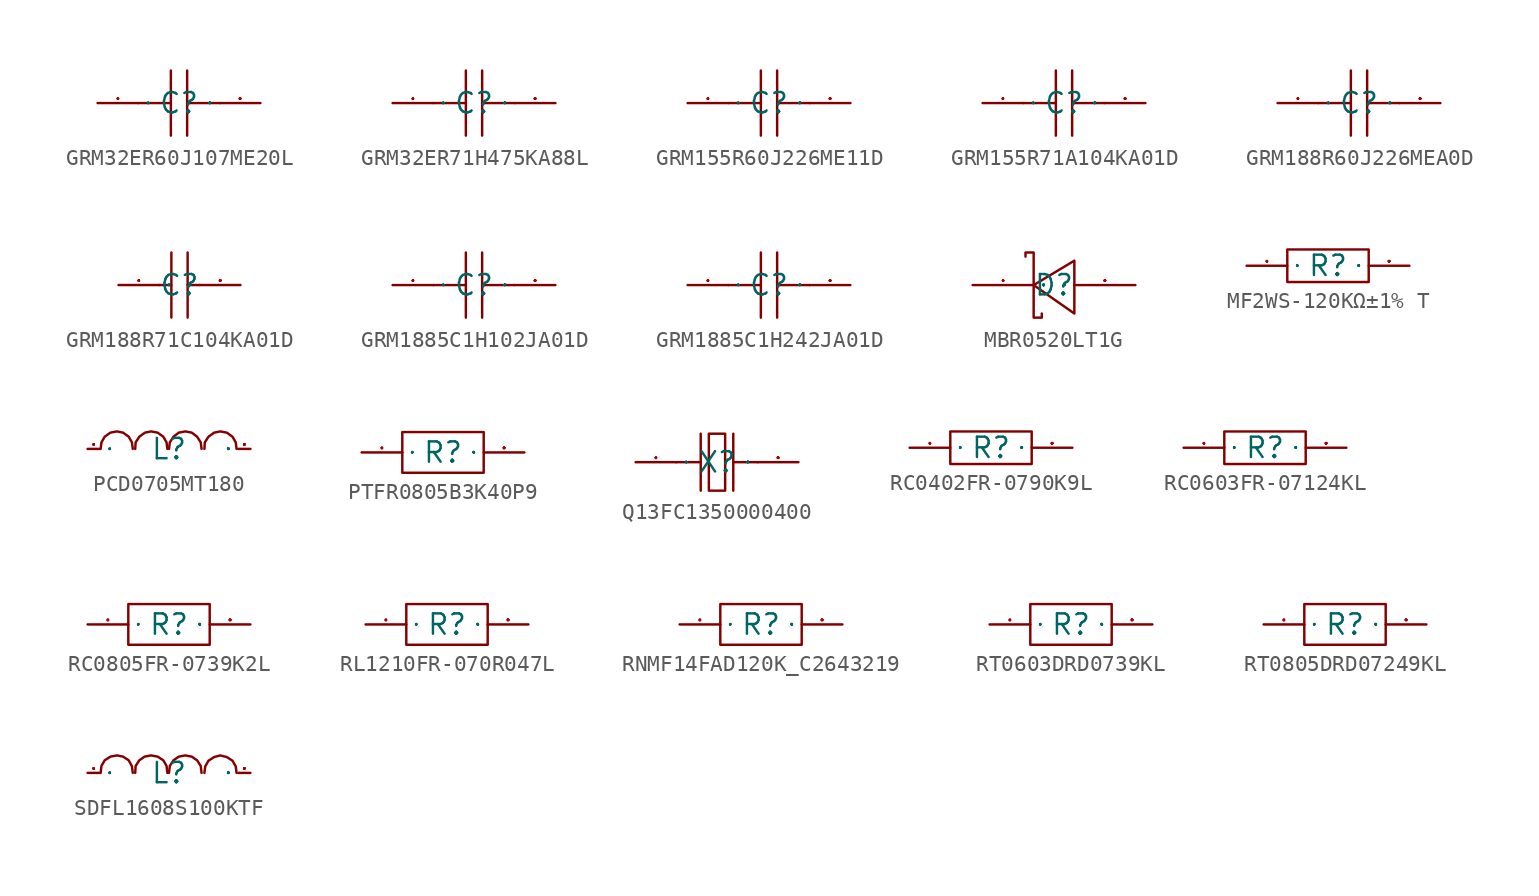
<source format=kicad_sym>
(kicad_symbol_lib
  (version 20241209)
  (generator "kicad_symbol_editor")
  (generator_version "9.0")
  (symbol "GRM32ER60J107ME20L"
    (property "Reference" "C"
      (at 0 0 0)
      (effects (font (size 1.27 1.27))))
    (symbol "GRM32ER60J107ME20L_1_0"
      (polyline (pts (xy -0.508 0) (xy -2.54 0)) (stroke (width 0) (type default)) (fill (type none)))
      (polyline (pts (xy -0.508 -2.032) (xy -0.508 2.032)) (stroke (width 0) (type default)) (fill (type none)))
      (polyline (pts (xy 0.508 2.032) (xy 0.508 -2.032)) (stroke (width 0) (type default)) (fill (type none)))
      (polyline (pts (xy 2.54 0) (xy 0.508 0)) (stroke (width 0) (type default)) (fill (type none)))
      (pin unspecified line (at -5.08 0 0) (length 2.54) (name "1" (effects (font (size 0.025 0.025)))) (number "1" (effects (font (size 0.025 0.025)))))
      (pin unspecified line (at 5.08 0 180) (length 2.54) (name "2" (effects (font (size 0.025 0.025)))) (number "2" (effects (font (size 0.025 0.025)))))))
  (symbol "GRM32ER71H475KA88L"
    (property "Reference" "C"
      (at 0 0 0)
      (effects (font (size 1.27 1.27))))
    (symbol "GRM32ER71H475KA88L_1_0"
      (polyline (pts (xy -0.508 0) (xy -2.54 0)) (stroke (width 0) (type default)) (fill (type none)))
      (polyline (pts (xy -0.508 -2.032) (xy -0.508 2.032)) (stroke (width 0) (type default)) (fill (type none)))
      (polyline (pts (xy 0.508 2.032) (xy 0.508 -2.032)) (stroke (width 0) (type default)) (fill (type none)))
      (polyline (pts (xy 2.54 0) (xy 0.508 0)) (stroke (width 0) (type default)) (fill (type none)))
      (pin unspecified line (at -5.08 0 0) (length 2.54) (name "1" (effects (font (size 0.025 0.025)))) (number "1" (effects (font (size 0.025 0.025)))))
      (pin unspecified line (at 5.08 0 180) (length 2.54) (name "2" (effects (font (size 0.025 0.025)))) (number "2" (effects (font (size 0.025 0.025)))))))
  (symbol "GRM155R60J226ME11D"
    (property "Reference" "C"
      (at 0 0 0)
      (effects (font (size 1.27 1.27))))
    (symbol "GRM155R60J226ME11D_1_0"
      (polyline (pts (xy -0.508 0) (xy -2.54 0)) (stroke (width 0) (type default)) (fill (type none)))
      (polyline (pts (xy -0.508 -2.032) (xy -0.508 2.032)) (stroke (width 0) (type default)) (fill (type none)))
      (polyline (pts (xy 0.508 2.032) (xy 0.508 -2.032)) (stroke (width 0) (type default)) (fill (type none)))
      (polyline (pts (xy 2.54 0) (xy 0.508 0)) (stroke (width 0) (type default)) (fill (type none)))
      (pin unspecified line (at -5.08 0 0) (length 2.54) (name "1" (effects (font (size 0.025 0.025)))) (number "1" (effects (font (size 0.025 0.025)))))
      (pin unspecified line (at 5.08 0 180) (length 2.54) (name "2" (effects (font (size 0.025 0.025)))) (number "2" (effects (font (size 0.025 0.025)))))))
  (symbol "GRM155R71A104KA01D"
    (property "Reference" "C"
      (at 0 0 0)
      (effects (font (size 1.27 1.27))))
    (symbol "GRM155R71A104KA01D_1_0"
      (polyline (pts (xy -0.508 0) (xy -2.54 0)) (stroke (width 0) (type default)) (fill (type none)))
      (polyline (pts (xy -0.508 -2.032) (xy -0.508 2.032)) (stroke (width 0) (type default)) (fill (type none)))
      (polyline (pts (xy 0.508 2.032) (xy 0.508 -2.032)) (stroke (width 0) (type default)) (fill (type none)))
      (polyline (pts (xy 2.54 0) (xy 0.508 0)) (stroke (width 0) (type default)) (fill (type none)))
      (pin unspecified line (at -5.08 0 0) (length 2.54) (name "1" (effects (font (size 0.025 0.025)))) (number "1" (effects (font (size 0.025 0.025)))))
      (pin unspecified line (at 5.08 0 180) (length 2.54) (name "2" (effects (font (size 0.025 0.025)))) (number "2" (effects (font (size 0.025 0.025)))))))
  (symbol "GRM188R60J226MEA0D"
    (property "Reference" "C"
      (at 0 0 0)
      (effects (font (size 1.27 1.27))))
    (symbol "GRM188R60J226MEA0D_1_0"
      (polyline (pts (xy -0.508 0) (xy -2.54 0)) (stroke (width 0) (type default)) (fill (type none)))
      (polyline (pts (xy -0.508 -2.032) (xy -0.508 2.032)) (stroke (width 0) (type default)) (fill (type none)))
      (polyline (pts (xy 0.508 2.032) (xy 0.508 -2.032)) (stroke (width 0) (type default)) (fill (type none)))
      (polyline (pts (xy 2.54 0) (xy 0.508 0)) (stroke (width 0) (type default)) (fill (type none)))
      (pin unspecified line (at -5.08 0 0) (length 2.54) (name "1" (effects (font (size 0.025 0.025)))) (number "1" (effects (font (size 0.025 0.025)))))
      (pin unspecified line (at 5.08 0 180) (length 2.54) (name "2" (effects (font (size 0.025 0.025)))) (number "2" (effects (font (size 0.025 0.025)))))))
  (symbol "GRM188R71C104KA01D"
    (property "Reference" "C"
      (at 0 0 0)
      (effects (font (size 1.27 1.27))))
    (symbol "GRM188R71C104KA01D_1_0"
      (polyline (pts (xy -1.27 0) (xy -0.508 0)) (stroke (width 0) (type default)) (fill (type none)))
      (polyline (pts (xy -0.508 2.032) (xy -0.508 -2.032)) (stroke (width 0) (type default)) (fill (type none)))
      (polyline (pts (xy 0.508 2.032) (xy 0.508 -2.032)) (stroke (width 0) (type default)) (fill (type none)))
      (polyline (pts (xy 0.508 0) (xy 1.27 0)) (stroke (width 0) (type default)) (fill (type none)))
      (pin input line (at -3.81 0 0) (length 2.54) (name "1" (effects (font (size 0.025 0.025)))) (number "1" (effects (font (size 0.025 0.025)))))
      (pin input line (at 3.81 0 180) (length 2.54) (name "2" (effects (font (size 0.025 0.025)))) (number "2" (effects (font (size 0.025 0.025)))))))
  (symbol "GRM1885C1H102JA01D"
    (property "Reference" "C"
      (at 0 0 0)
      (effects (font (size 1.27 1.27))))
    (symbol "GRM1885C1H102JA01D_1_0"
      (polyline (pts (xy -0.508 0) (xy -2.54 0)) (stroke (width 0) (type default)) (fill (type none)))
      (polyline (pts (xy -0.508 -2.032) (xy -0.508 2.032)) (stroke (width 0) (type default)) (fill (type none)))
      (polyline (pts (xy 0.508 2.032) (xy 0.508 -2.032)) (stroke (width 0) (type default)) (fill (type none)))
      (polyline (pts (xy 2.54 0) (xy 0.508 0)) (stroke (width 0) (type default)) (fill (type none)))
      (pin unspecified line (at -5.08 0 0) (length 2.54) (name "1" (effects (font (size 0.025 0.025)))) (number "1" (effects (font (size 0.025 0.025)))))
      (pin unspecified line (at 5.08 0 180) (length 2.54) (name "2" (effects (font (size 0.025 0.025)))) (number "2" (effects (font (size 0.025 0.025)))))))
  (symbol "GRM1885C1H242JA01D"
    (property "Reference" "C"
      (at 0 0 0)
      (effects (font (size 1.27 1.27))))
    (symbol "GRM1885C1H242JA01D_1_0"
      (polyline (pts (xy -0.508 0) (xy -2.54 0)) (stroke (width 0) (type default)) (fill (type none)))
      (polyline (pts (xy -0.508 -2.032) (xy -0.508 2.032)) (stroke (width 0) (type default)) (fill (type none)))
      (polyline (pts (xy 0.508 2.032) (xy 0.508 -2.032)) (stroke (width 0) (type default)) (fill (type none)))
      (polyline (pts (xy 2.54 0) (xy 0.508 0)) (stroke (width 0) (type default)) (fill (type none)))
      (pin unspecified line (at -5.08 0 0) (length 2.54) (name "1" (effects (font (size 0.025 0.025)))) (number "1" (effects (font (size 0.025 0.025)))))
      (pin unspecified line (at 5.08 0 180) (length 2.54) (name "2" (effects (font (size 0.025 0.025)))) (number "2" (effects (font (size 0.025 0.025)))))))
  (symbol "MBR0520LT1G"
    (property "Reference" "D"
      (at 0 0 0)
      (effects (font (size 1.27 1.27))))
    (property "Value" ""
      (at 0 0 0)
      (effects (font (size 1.27 1.27))))
    (symbol "MBR0520LT1G_1_0"
      (polyline (pts (xy -1.778 1.778) (xy -1.778 2.032) (xy -1.778 2.032) (xy -1.27 2.032) (xy -1.27 2.032) (xy -1.27 -2.032) (xy -1.27 -2.032) (xy -0.762 -2.032) (xy -0.762 -2.032) (xy -0.762 -1.778)) (stroke (width 0) (type default)) (fill (type none)))
      (polyline (pts (xy 1.27 1.524) (xy -1.27 0) (xy -1.27 0) (xy 1.27 -1.778) (xy 1.27 -1.778) (xy 1.27 1.524)) (stroke (width 0) (type default)) (fill (type none)))
      (pin unspecified line (at -5.08 0 0) (length 3.81) (name "C" (effects (font (size 0.025 0.025)))) (number "1" (effects (font (size 0.025 0.025)))))
      (pin unspecified line (at 5.08 0 180) (length 3.81) (name "A" (effects (font (size 0.025 0.025)))) (number "2" (effects (font (size 0.025 0.025)))))))
  (symbol "MF2WS-120KΩ±1% T"
    (property "Reference" "R"
      (at 0 0 0)
      (effects (font (size 1.27 1.27))))
    (symbol "MF2WS-120KΩ±1% T_1_0"
      (rectangle (start -2.54 -1.016) (end 2.54 1.016) (stroke (width 0) (type default)) (fill (type none)))
      (pin unspecified line (at -5.08 0 0) (length 2.54) (name "1" (effects (font (size 0.025 0.025)))) (number "1" (effects (font (size 0.025 0.025)))))
      (pin unspecified line (at 5.08 0 180) (length 2.54) (name "2" (effects (font (size 0.025 0.025)))) (number "2" (effects (font (size 0.025 0.025)))))))
  (symbol "PCD0705MT180"
    (property "Reference" "L"
      (at 0 0 0)
      (effects (font (size 1.27 1.27))))
    (symbol "PCD0705MT180_1_0"
      (polyline (pts (xy -4.267 0) (xy -4.216 0.406) (xy -4.216 0.406) (xy -4.013 0.762) (xy -4.013 0.762) (xy -3.658 1.016) (xy -3.658 1.016) (xy -3.251 1.092) (xy -3.251 1.092) (xy -2.87 1.016) (xy -2.87 1.016) (xy -2.515 0.762) (xy -2.515 0.762) (xy -2.311 0.406) (xy -2.311 0.406) (xy -2.261 0)) (stroke (width 0) (type default)) (fill (type none)))
      (polyline (pts (xy -2.108 0) (xy -2.083 0.406) (xy -2.083 0.406) (xy -1.854 0.762) (xy -1.854 0.762) (xy -1.499 1.016) (xy -1.499 1.016) (xy -1.118 1.092) (xy -1.118 1.092) (xy -0.711 1.016) (xy -0.711 1.016) (xy -0.356 0.762) (xy -0.356 0.762) (xy -0.152 0.406) (xy -0.152 0.406) (xy -0.102 0)) (stroke (width 0) (type default)) (fill (type none)))
      (polyline (pts (xy 0 0) (xy 0.051 0.406) (xy 0.051 0.406) (xy 0.279 0.762) (xy 0.279 0.762) (xy 0.61 1.016) (xy 0.61 1.016) (xy 1.016 1.092) (xy 1.016 1.092) (xy 1.422 1.016) (xy 1.422 1.016) (xy 1.753 0.762) (xy 1.753 0.762) (xy 1.981 0.406) (xy 1.981 0.406) (xy 2.032 0)) (stroke (width 0) (type default)) (fill (type none)))
      (polyline (pts (xy 2.21 0) (xy 2.235 0.406) (xy 2.235 0.406) (xy 2.464 0.762) (xy 2.464 0.762) (xy 2.819 1.016) (xy 2.819 1.016) (xy 3.2 1.092) (xy 3.2 1.092) (xy 3.607 1.016) (xy 3.607 1.016) (xy 3.962 0.762) (xy 3.962 0.762) (xy 4.166 0.406) (xy 4.166 0.406) (xy 4.216 0)) (stroke (width 0) (type default)) (fill (type none)))
      (pin unspecified line (at -5.08 0 0) (length 0.762) (name "1" (effects (font (size 0.025 0.025)))) (number "1" (effects (font (size 0.025 0.025)))))
      (pin unspecified line (at 5.08 0 180) (length 0.762) (name "2" (effects (font (size 0.025 0.025)))) (number "2" (effects (font (size 0.025 0.025)))))))
  (symbol "PTFR0805B3K40P9"
    (property "Reference" "R"
      (at 0 0 0)
      (effects (font (size 1.27 1.27))))
    (symbol "PTFR0805B3K40P9_1_0"
      (rectangle (start -2.54 -1.27) (end 2.54 1.27) (stroke (width 0) (type default)) (fill (type none)))
      (pin unspecified line (at -5.08 0 0) (length 2.54) (name "1" (effects (font (size 0.025 0.025)))) (number "1" (effects (font (size 0.025 0.025)))))
      (pin unspecified line (at 5.08 0 180) (length 2.54) (name "2" (effects (font (size 0.025 0.025)))) (number "2" (effects (font (size 0.025 0.025)))))))
  (symbol "Q13FC1350000400"
    (property "Reference" "X"
      (at 0 0 0)
      (effects (font (size 1.27 1.27))))
    (symbol "Q13FC1350000400_1_0"
      (polyline (pts (xy -2.54 0) (xy -1.016 0)) (stroke (width 0) (type default)) (fill (type none)))
      (polyline (pts (xy -1.016 1.778) (xy -1.016 -1.778)) (stroke (width 0) (type default)) (fill (type none)))
      (rectangle (start -0.508 -1.778) (end 0.508 1.778) (stroke (width 0) (type default)) (fill (type none)))
      (polyline (pts (xy 1.016 1.778) (xy 1.016 -1.778)) (stroke (width 0) (type default)) (fill (type none)))
      (polyline (pts (xy 1.016 0) (xy 2.54 0)) (stroke (width 0) (type default)) (fill (type none)))
      (pin unspecified line (at -5.08 0 0) (length 2.54) (name "1" (effects (font (size 0.025 0.025)))) (number "1" (effects (font (size 0.025 0.025)))))
      (pin unspecified line (at 5.08 0 180) (length 2.54) (name "2" (effects (font (size 0.025 0.025)))) (number "2" (effects (font (size 0.025 0.025)))))))
  (symbol "RC0402FR-0790K9L"
    (property "Reference" "R"
      (at 0 0 0)
      (effects (font (size 1.27 1.27))))
    (symbol "RC0402FR-0790K9L_1_0"
      (rectangle (start -2.54 -1.016) (end 2.54 1.016) (stroke (width 0) (type default)) (fill (type none)))
      (pin unspecified line (at -5.08 0 0) (length 2.54) (name "1" (effects (font (size 0.025 0.025)))) (number "1" (effects (font (size 0.025 0.025)))))
      (pin unspecified line (at 5.08 0 180) (length 2.54) (name "2" (effects (font (size 0.025 0.025)))) (number "2" (effects (font (size 0.025 0.025)))))))
  (symbol "RC0603FR-07124KL"
    (property "Reference" "R"
      (at 0 0 0)
      (effects (font (size 1.27 1.27))))
    (symbol "RC0603FR-07124KL_1_0"
      (rectangle (start -2.54 -1.016) (end 2.54 1.016) (stroke (width 0) (type default)) (fill (type none)))
      (pin input line (at -5.08 0 0) (length 2.54) (name "1" (effects (font (size 0.025 0.025)))) (number "1" (effects (font (size 0.025 0.025)))))
      (pin input line (at 5.08 0 180) (length 2.54) (name "2" (effects (font (size 0.025 0.025)))) (number "2" (effects (font (size 0.025 0.025)))))))
  (symbol "RC0805FR-0739K2L"
    (property "Reference" "R"
      (at 0 0 0)
      (effects (font (size 1.27 1.27))))
    (symbol "RC0805FR-0739K2L_1_0"
      (rectangle (start -2.54 -1.27) (end 2.54 1.27) (stroke (width 0) (type default)) (fill (type none)))
      (pin unspecified line (at -5.08 0 0) (length 2.54) (name "1" (effects (font (size 0.025 0.025)))) (number "1" (effects (font (size 0.025 0.025)))))
      (pin unspecified line (at 5.08 0 180) (length 2.54) (name "2" (effects (font (size 0.025 0.025)))) (number "2" (effects (font (size 0.025 0.025)))))))
  (symbol "RL1210FR-070R047L"
    (property "Reference" "R"
      (at 0 0 0)
      (effects (font (size 1.27 1.27))))
    (symbol "RL1210FR-070R047L_1_0"
      (rectangle (start -2.54 -1.27) (end 2.54 1.27) (stroke (width 0) (type default)) (fill (type none)))
      (pin unspecified line (at -5.08 0 0) (length 2.54) (name "1" (effects (font (size 0.025 0.025)))) (number "1" (effects (font (size 0.025 0.025)))))
      (pin unspecified line (at 5.08 0 180) (length 2.54) (name "2" (effects (font (size 0.025 0.025)))) (number "2" (effects (font (size 0.025 0.025)))))))
  (symbol "RNMF14FAD120K_C2643219"
    (property "Reference" "R"
      (at 0 0 0)
      (effects (font (size 1.27 1.27))))
    (symbol "RNMF14FAD120K_C2643219_1_0"
      (rectangle (start -2.54 -1.27) (end 2.54 1.27) (stroke (width 0) (type default)) (fill (type none)))
      (pin input line (at -5.08 0 0) (length 2.54) (name "1" (effects (font (size 0.025 0.025)))) (number "1" (effects (font (size 0.025 0.025)))))
      (pin input line (at 5.08 0 180) (length 2.54) (name "2" (effects (font (size 0.025 0.025)))) (number "2" (effects (font (size 0.025 0.025)))))))
  (symbol "RT0603DRD0739KL"
    (property "Reference" "R"
      (at 0 0 0)
      (effects (font (size 1.27 1.27))))
    (symbol "RT0603DRD0739KL_1_0"
      (rectangle (start -2.54 -1.27) (end 2.54 1.27) (stroke (width 0) (type default)) (fill (type none)))
      (pin unspecified line (at -5.08 0 0) (length 2.54) (name "1" (effects (font (size 0.025 0.025)))) (number "1" (effects (font (size 0.025 0.025)))))
      (pin unspecified line (at 5.08 0 180) (length 2.54) (name "2" (effects (font (size 0.025 0.025)))) (number "2" (effects (font (size 0.025 0.025)))))))
  (symbol "RT0805DRD07249KL"
    (property "Reference" "R"
      (at 0 0 0)
      (effects (font (size 1.27 1.27))))
    (symbol "RT0805DRD07249KL_1_0"
      (rectangle (start -2.54 -1.27) (end 2.54 1.27) (stroke (width 0) (type default)) (fill (type none)))
      (pin unspecified line (at -5.08 0 0) (length 2.54) (name "1" (effects (font (size 0.025 0.025)))) (number "1" (effects (font (size 0.025 0.025)))))
      (pin unspecified line (at 5.08 0 180) (length 2.54) (name "2" (effects (font (size 0.025 0.025)))) (number "2" (effects (font (size 0.025 0.025)))))))
  (symbol "SDFL1608S100KTF"
    (property "Reference" "L"
      (at 0 0 0)
      (effects (font (size 1.27 1.27))))
    (symbol "SDFL1608S100KTF_1_0"
      (polyline (pts (xy -4.267 0) (xy -4.216 0.432) (xy -4.216 0.432) (xy -4.013 0.787) (xy -4.013 0.787) (xy -3.658 1.016) (xy -3.658 1.016) (xy -3.251 1.092) (xy -3.251 1.092) (xy -2.87 1.016) (xy -2.87 1.016) (xy -2.515 0.787) (xy -2.515 0.787) (xy -2.311 0.406) (xy -2.311 0.406) (xy -2.261 0)) (stroke (width 0) (type default)) (fill (type none)))
      (polyline (pts (xy -2.108 0) (xy -2.083 0.432) (xy -2.083 0.432) (xy -1.854 0.787) (xy -1.854 0.787) (xy -1.524 1.016) (xy -1.524 1.016) (xy -1.118 1.092) (xy -1.118 1.092) (xy -0.711 1.016) (xy -0.711 1.016) (xy -0.356 0.787) (xy -0.356 0.787) (xy -0.152 0.432) (xy -0.152 0.432) (xy -0.102 0)) (stroke (width 0) (type default)) (fill (type none)))
      (polyline (pts (xy 0 0) (xy 0.051 0.432) (xy 0.051 0.432) (xy 0.279 0.787) (xy 0.279 0.787) (xy 0.61 1.016) (xy 0.61 1.016) (xy 1.016 1.092) (xy 1.016 1.092) (xy 1.422 1.016) (xy 1.422 1.016) (xy 1.753 0.787) (xy 1.753 0.787) (xy 1.981 0.432) (xy 1.981 0.432) (xy 2.032 0)) (stroke (width 0) (type default)) (fill (type none)))
      (polyline (pts (xy 2.21 0) (xy 2.261 0.406) (xy 2.261 0.406) (xy 2.464 0.762) (xy 2.464 0.762) (xy 2.819 0.991) (xy 2.819 0.991) (xy 3.2 1.092) (xy 3.2 1.092) (xy 3.607 0.991) (xy 3.607 0.991) (xy 3.962 0.762) (xy 3.962 0.762) (xy 4.166 0.406) (xy 4.166 0.406) (xy 4.216 0)) (stroke (width 0) (type default)) (fill (type none)))
      (pin unspecified line (at -5.08 0 0) (length 0.762) (name "1" (effects (font (size 0.025 0.025)))) (number "1" (effects (font (size 0.025 0.025)))))
      (pin unspecified line (at 5.08 0 180) (length 0.762) (name "2" (effects (font (size 0.025 0.025)))) (number "2" (effects (font (size 0.025 0.025))))))))
</source>
